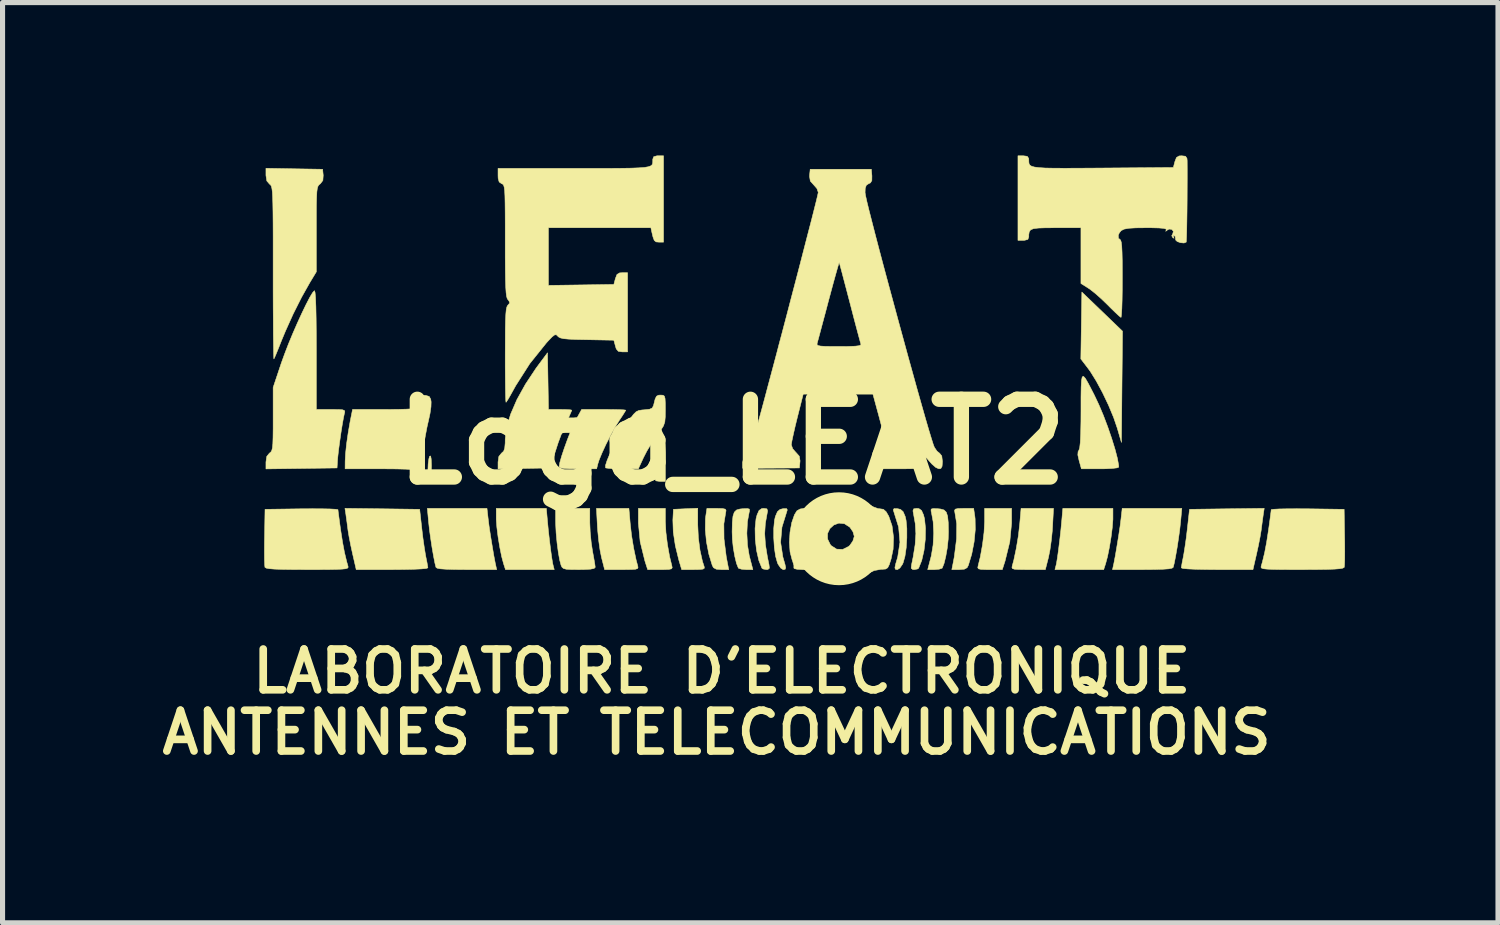
<source format=kicad_pcb>
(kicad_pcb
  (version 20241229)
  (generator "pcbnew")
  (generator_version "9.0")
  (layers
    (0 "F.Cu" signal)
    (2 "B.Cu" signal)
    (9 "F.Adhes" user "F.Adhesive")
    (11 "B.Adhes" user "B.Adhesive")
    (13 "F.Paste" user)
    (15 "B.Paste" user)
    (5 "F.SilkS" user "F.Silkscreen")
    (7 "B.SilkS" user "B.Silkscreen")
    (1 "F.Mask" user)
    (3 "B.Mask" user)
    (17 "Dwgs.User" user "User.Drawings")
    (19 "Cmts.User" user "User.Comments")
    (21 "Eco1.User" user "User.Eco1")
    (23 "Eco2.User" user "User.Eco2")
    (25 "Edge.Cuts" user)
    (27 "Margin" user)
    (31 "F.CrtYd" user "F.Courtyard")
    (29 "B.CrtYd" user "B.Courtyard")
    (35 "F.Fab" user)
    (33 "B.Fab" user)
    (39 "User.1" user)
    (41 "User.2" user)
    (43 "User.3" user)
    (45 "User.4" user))
  (footprint "Logo_LEAT2"
    (layer "F.Cu")
    (at 11.302 5.614)
    (property "Reference" "Logo_LEAT2" (at 0 0 0) (layer "F.SilkS") (effects (font (size 1.524 1.524) (thickness 0.3))))
    (attr through_hole)
    (fp_circle (center 2.1 1.9) (end 2.32 1.078) (stroke (width 0.12) (type solid)) (fill no) (layer "F.SilkS"))
    (fp_poly (pts (xy 7.659 -2.17) (xy 7.648 -1.079) (xy 7.638 0.012) (xy 7.557 -0.267) (xy 7.484 -0.48) (xy 7.384 -0.72) (xy 7.267 -0.965) (xy 7.144 -1.193) (xy 7.026 -1.383) (xy 6.985 -1.439) (xy 6.842 -1.626) (xy 6.852 -2.282) (xy 6.862 -2.937) (xy 7.659 -2.17)) (stroke (width 0.01) (type solid)) (fill yes) (layer "F.SilkS"))
    (fp_poly (pts (xy -5.897 0.335) (xy -5.892 0.459) (xy -5.892 0.483) (xy -5.896 0.61) (xy -5.908 0.708) (xy -5.925 0.757) (xy -5.927 0.758) (xy -5.947 0.739) (xy -5.959 0.657) (xy -5.961 0.558) (xy -5.956 0.432) (xy -5.942 0.331) (xy -5.927 0.282) (xy -5.908 0.277) (xy -5.897 0.335)) (stroke (width 0.01) (type solid)) (fill yes) (layer "F.SilkS"))
    (fp_poly (pts (xy -1.305 1.567) (xy -1.294 1.775) (xy -1.264 2.016) (xy -1.221 2.255) (xy -1.179 2.425) (xy -1.171 2.467) (xy -1.185 2.49) (xy -1.236 2.501) (xy -1.337 2.505) (xy -1.404 2.505) (xy -1.652 2.505) (xy -1.706 2.337) (xy -1.799 1.959) (xy -1.834 1.593) (xy -1.834 1.55) (xy -1.834 1.305) (xy -1.305 1.305) (xy -1.305 1.567)) (stroke (width 0.01) (type solid)) (fill yes) (layer "F.SilkS"))
    (fp_poly (pts (xy 4.955 1.567) (xy 4.944 1.775) (xy 4.914 2.016) (xy 4.871 2.255) (xy 4.829 2.425) (xy 4.821 2.467) (xy 4.835 2.49) (xy 4.886 2.501) (xy 4.987 2.505) (xy 5.054 2.505) (xy 5.302 2.505) (xy 5.356 2.337) (xy 5.449 1.959) (xy 5.484 1.593) (xy 5.484 1.55) (xy 5.484 1.305) (xy 4.955 1.305) (xy 4.955 1.567)) (stroke (width 0.01) (type solid)) (fill yes) (layer "F.SilkS"))
    (fp_poly (pts (xy -3.618 1.543) (xy -3.6 1.732) (xy -3.578 1.927) (xy -3.555 2.113) (xy -3.533 2.272) (xy -3.514 2.387) (xy -3.505 2.425) (xy -3.484 2.505) (xy -4.44 2.505) (xy -4.478 2.388) (xy -4.515 2.25) (xy -4.552 2.067) (xy -4.585 1.867) (xy -4.609 1.676) (xy -4.621 1.519) (xy -4.621 1.49) (xy -4.621 1.305) (xy -3.639 1.305) (xy -3.618 1.543)) (stroke (width 0.01) (type solid)) (fill yes) (layer "F.SilkS"))
    (fp_poly (pts (xy -0.67 1.63) (xy -0.658 1.88) (xy -0.626 2.126) (xy -0.578 2.343) (xy -0.545 2.443) (xy -0.54 2.476) (xy -0.565 2.495) (xy -0.634 2.503) (xy -0.753 2.505) (xy -0.985 2.505) (xy -1.04 2.321) (xy -1.109 2.039) (xy -1.15 1.768) (xy -1.158 1.531) (xy -1.157 1.517) (xy -1.147 1.323) (xy -0.908 1.312) (xy -0.67 1.302) (xy -0.67 1.63)) (stroke (width 0.01) (type solid)) (fill yes) (layer "F.SilkS"))
    (fp_poly (pts (xy 6.468 1.543) (xy 6.45 1.732) (xy 6.428 1.927) (xy 6.405 2.113) (xy 6.383 2.272) (xy 6.364 2.387) (xy 6.355 2.425) (xy 6.334 2.505) (xy 7.29 2.505) (xy 7.328 2.388) (xy 7.365 2.25) (xy 7.402 2.067) (xy 7.435 1.867) (xy 7.459 1.676) (xy 7.471 1.519) (xy 7.471 1.49) (xy 7.471 1.305) (xy 6.489 1.305) (xy 6.468 1.543)) (stroke (width 0.01) (type solid)) (fill yes) (layer "F.SilkS"))
    (fp_poly (pts (xy -1.995 1.596) (xy -1.968 1.837) (xy -1.926 2.09) (xy -1.877 2.322) (xy -1.849 2.425) (xy -1.841 2.462) (xy -1.851 2.485) (xy -1.892 2.498) (xy -1.975 2.503) (xy -2.113 2.505) (xy -2.161 2.505) (xy -2.496 2.505) (xy -2.557 2.267) (xy -2.586 2.122) (xy -2.612 1.938) (xy -2.631 1.746) (xy -2.637 1.667) (xy -2.656 1.305) (xy -2.02 1.305) (xy -1.995 1.596)) (stroke (width 0.01) (type solid)) (fill yes) (layer "F.SilkS"))
    (fp_poly (pts (xy 5.645 1.596) (xy 5.618 1.837) (xy 5.576 2.09) (xy 5.527 2.322) (xy 5.499 2.425) (xy 5.491 2.462) (xy 5.501 2.485) (xy 5.542 2.498) (xy 5.625 2.503) (xy 5.763 2.505) (xy 5.811 2.505) (xy 6.146 2.505) (xy 6.207 2.267) (xy 6.236 2.122) (xy 6.262 1.938) (xy 6.282 1.746) (xy 6.287 1.667) (xy 6.306 1.305) (xy 5.67 1.305) (xy 5.645 1.596)) (stroke (width 0.01) (type solid)) (fill yes) (layer "F.SilkS"))
    (fp_poly (pts (xy -1.324 -0.03) (xy -1.313 0.059) (xy -1.307 0.207) (xy -1.305 0.351) (xy -1.305 0.776) (xy -1.411 0.776) (xy -1.489 0.765) (xy -1.516 0.723) (xy -1.517 0.708) (xy -1.534 0.599) (xy -1.58 0.538) (xy -1.613 0.529) (xy -1.649 0.508) (xy -1.642 0.467) (xy -1.607 0.39) (xy -1.551 0.284) (xy -1.485 0.168) (xy -1.421 0.061) (xy -1.368 -0.02) (xy -1.34 -0.053) (xy -1.324 -0.03)) (stroke (width 0.01) (type solid)) (fill yes) (layer "F.SilkS"))
    (fp_poly (pts (xy -0.184 1.308) (xy -0.129 1.32) (xy -0.115 1.347) (xy -0.119 1.367) (xy -0.158 1.607) (xy -0.155 1.903) (xy -0.111 2.253) (xy -0.085 2.39) (xy -0.062 2.505) (xy -0.208 2.505) (xy -0.307 2.497) (xy -0.361 2.468) (xy -0.386 2.421) (xy -0.452 2.204) (xy -0.499 1.962) (xy -0.522 1.723) (xy -0.519 1.513) (xy -0.514 1.466) (xy -0.49 1.305) (xy -0.295 1.305) (xy -0.184 1.308)) (stroke (width 0.01) (type solid)) (fill yes) (layer "F.SilkS"))
    (fp_poly (pts (xy 4.434 1.308) (xy 4.379 1.32) (xy 4.365 1.347) (xy 4.369 1.367) (xy 4.408 1.607) (xy 4.405 1.903) (xy 4.361 2.253) (xy 4.335 2.39) (xy 4.312 2.505) (xy 4.458 2.505) (xy 4.557 2.497) (xy 4.611 2.468) (xy 4.636 2.421) (xy 4.702 2.204) (xy 4.749 1.962) (xy 4.772 1.723) (xy 4.769 1.513) (xy 4.764 1.466) (xy 4.74 1.305) (xy 4.545 1.305) (xy 4.434 1.308)) (stroke (width 0.01) (type solid)) (fill yes) (layer "F.SilkS"))
    (fp_poly (pts (xy 0.686 1.314) (xy 0.7 1.353) (xy 0.691 1.402) (xy 0.655 1.604) (xy 0.643 1.801) (xy 0.657 2.015) (xy 0.697 2.263) (xy 0.727 2.408) (xy 0.735 2.478) (xy 0.705 2.503) (xy 0.676 2.505) (xy 0.611 2.493) (xy 0.589 2.478) (xy 0.528 2.326) (xy 0.483 2.129) (xy 0.458 1.911) (xy 0.454 1.697) (xy 0.473 1.509) (xy 0.493 1.432) (xy 0.532 1.345) (xy 0.584 1.309) (xy 0.624 1.305) (xy 0.686 1.314)) (stroke (width 0.01) (type solid)) (fill yes) (layer "F.SilkS"))
    (fp_poly (pts (xy 3.564 1.314) (xy 3.55 1.353) (xy 3.559 1.402) (xy 3.595 1.604) (xy 3.607 1.801) (xy 3.593 2.015) (xy 3.553 2.263) (xy 3.523 2.408) (xy 3.515 2.478) (xy 3.545 2.503) (xy 3.574 2.505) (xy 3.639 2.493) (xy 3.661 2.478) (xy 3.722 2.326) (xy 3.767 2.129) (xy 3.792 1.911) (xy 3.796 1.697) (xy 3.777 1.509) (xy 3.757 1.432) (xy 3.718 1.345) (xy 3.666 1.309) (xy 3.626 1.305) (xy 3.564 1.314)) (stroke (width 0.01) (type solid)) (fill yes) (layer "F.SilkS"))
    (fp_poly (pts (xy -4.78 1.508) (xy -4.762 1.652) (xy -4.734 1.838) (xy -4.701 2.039) (xy -4.669 2.229) (xy -4.64 2.382) (xy -4.634 2.408) (xy -4.613 2.505) (xy -5.2 2.505) (xy -5.433 2.503) (xy -5.603 2.498) (xy -5.716 2.49) (xy -5.78 2.477) (xy -5.803 2.461) (xy -5.824 2.378) (xy -5.85 2.245) (xy -5.879 2.08) (xy -5.906 1.902) (xy -5.93 1.73) (xy -5.946 1.584) (xy -5.947 1.577) (xy -5.972 1.305) (xy -4.803 1.305) (xy -4.78 1.508)) (stroke (width 0.01) (type solid)) (fill yes) (layer "F.SilkS"))
    (fp_poly (pts (xy 7.63 1.508) (xy 7.612 1.652) (xy 7.584 1.838) (xy 7.551 2.039) (xy 7.519 2.229) (xy 7.49 2.382) (xy 7.484 2.408) (xy 7.463 2.505) (xy 8.05 2.505) (xy 8.283 2.503) (xy 8.453 2.498) (xy 8.566 2.49) (xy 8.63 2.477) (xy 8.653 2.461) (xy 8.674 2.378) (xy 8.7 2.245) (xy 8.729 2.08) (xy 8.756 1.902) (xy 8.78 1.73) (xy 8.796 1.584) (xy 8.797 1.577) (xy 8.822 1.305) (xy 7.653 1.305) (xy 7.63 1.508)) (stroke (width 0.01) (type solid)) (fill yes) (layer "F.SilkS"))
    (fp_poly (pts (xy 1.086 1.334) (xy 1.077 1.364) (xy 0.981 1.673) (xy 0.955 1.969) (xy 0.998 2.253) (xy 1.005 2.279) (xy 1.04 2.399) (xy 1.054 2.466) (xy 1.046 2.497) (xy 1.016 2.505) (xy 1.004 2.505) (xy 0.957 2.475) (xy 0.906 2.401) (xy 0.893 2.372) (xy 0.857 2.245) (xy 0.832 2.074) (xy 0.82 1.883) (xy 0.82 1.697) (xy 0.835 1.539) (xy 0.852 1.464) (xy 0.893 1.369) (xy 0.944 1.325) (xy 1.001 1.311) (xy 1.071 1.309) (xy 1.086 1.334)) (stroke (width 0.01) (type solid)) (fill yes) (layer "F.SilkS"))
    (fp_poly (pts (xy 3.164 1.334) (xy 3.173 1.364) (xy 3.269 1.673) (xy 3.295 1.969) (xy 3.252 2.253) (xy 3.245 2.279) (xy 3.21 2.399) (xy 3.196 2.466) (xy 3.204 2.497) (xy 3.234 2.505) (xy 3.246 2.505) (xy 3.293 2.475) (xy 3.344 2.401) (xy 3.357 2.372) (xy 3.393 2.245) (xy 3.418 2.074) (xy 3.43 1.883) (xy 3.43 1.697) (xy 3.415 1.539) (xy 3.398 1.464) (xy 3.357 1.369) (xy 3.306 1.325) (xy 3.249 1.311) (xy 3.179 1.309) (xy 3.164 1.334)) (stroke (width 0.01) (type solid)) (fill yes) (layer "F.SilkS"))
    (fp_poly (pts (xy -6.856 1.313) (xy -6.123 1.323) (xy -6.081 1.7) (xy -6.06 1.878) (xy -6.035 2.052) (xy -6.012 2.196) (xy -6.001 2.257) (xy -5.979 2.366) (xy -5.965 2.447) (xy -5.962 2.471) (xy -5.996 2.483) (xy -6.093 2.492) (xy -6.246 2.499) (xy -6.448 2.503) (xy -6.665 2.505) (xy -7.367 2.505) (xy -7.438 2.196) (xy -7.474 2.031) (xy -7.506 1.868) (xy -7.528 1.736) (xy -7.531 1.711) (xy -7.548 1.58) (xy -7.565 1.457) (xy -7.57 1.419) (xy -7.588 1.304) (xy -6.856 1.313)) (stroke (width 0.01) (type solid)) (fill yes) (layer "F.SilkS"))
    (fp_poly (pts (xy -2.787 1.584) (xy -2.779 1.769) (xy -2.759 1.975) (xy -2.734 2.14) (xy -2.709 2.276) (xy -2.69 2.387) (xy -2.681 2.454) (xy -2.681 2.461) (xy -2.704 2.483) (xy -2.777 2.497) (xy -2.908 2.504) (xy -2.999 2.505) (xy -3.151 2.504) (xy -3.247 2.498) (xy -3.302 2.484) (xy -3.332 2.458) (xy -3.35 2.421) (xy -3.378 2.316) (xy -3.405 2.162) (xy -3.429 1.979) (xy -3.447 1.788) (xy -3.456 1.609) (xy -3.457 1.55) (xy -3.457 1.305) (xy -2.787 1.305) (xy -2.787 1.584)) (stroke (width 0.01) (type solid)) (fill yes) (layer "F.SilkS"))
    (fp_poly (pts (xy 0.343 1.319) (xy 0.345 1.356) (xy 0.338 1.382) (xy 0.304 1.568) (xy 0.293 1.792) (xy 0.305 2.023) (xy 0.34 2.233) (xy 0.344 2.249) (xy 0.411 2.505) (xy 0.278 2.505) (xy 0.187 2.497) (xy 0.131 2.479) (xy 0.126 2.474) (xy 0.09 2.384) (xy 0.056 2.245) (xy 0.027 2.08) (xy 0.009 1.909) (xy 0.004 1.765) (xy 0.008 1.582) (xy 0.021 1.457) (xy 0.047 1.379) (xy 0.091 1.336) (xy 0.158 1.317) (xy 0.209 1.312) (xy 0.303 1.308) (xy 0.343 1.319)) (stroke (width 0.01) (type solid)) (fill yes) (layer "F.SilkS"))
    (fp_poly (pts (xy 3.907 1.319) (xy 3.905 1.356) (xy 3.912 1.382) (xy 3.946 1.568) (xy 3.957 1.792) (xy 3.945 2.023) (xy 3.91 2.233) (xy 3.906 2.249) (xy 3.839 2.505) (xy 3.972 2.505) (xy 4.063 2.497) (xy 4.119 2.479) (xy 4.124 2.474) (xy 4.16 2.384) (xy 4.194 2.245) (xy 4.223 2.08) (xy 4.241 1.909) (xy 4.246 1.765) (xy 4.242 1.582) (xy 4.229 1.457) (xy 4.203 1.379) (xy 4.159 1.336) (xy 4.092 1.317) (xy 4.041 1.312) (xy 3.947 1.308) (xy 3.907 1.319)) (stroke (width 0.01) (type solid)) (fill yes) (layer "F.SilkS"))
    (fp_poly (pts (xy 9.706 1.313) (xy 8.973 1.323) (xy 8.931 1.7) (xy 8.91 1.878) (xy 8.885 2.052) (xy 8.862 2.196) (xy 8.851 2.257) (xy 8.829 2.366) (xy 8.815 2.447) (xy 8.812 2.471) (xy 8.846 2.483) (xy 8.943 2.492) (xy 9.096 2.499) (xy 9.298 2.503) (xy 9.515 2.505) (xy 10.217 2.505) (xy 10.288 2.196) (xy 10.324 2.031) (xy 10.356 1.868) (xy 10.378 1.736) (xy 10.381 1.711) (xy 10.398 1.58) (xy 10.415 1.457) (xy 10.42 1.419) (xy 10.438 1.304) (xy 9.706 1.313)) (stroke (width 0.01) (type solid)) (fill yes) (layer "F.SilkS"))
    (fp_poly (pts (xy -2.349 -0.634) (xy -2.213 -0.631) (xy -2.119 -0.627) (xy -2.082 -0.621) (xy -2.081 -0.621) (xy -2.1 -0.587) (xy -2.148 -0.511) (xy -2.21 -0.418) (xy -2.29 -0.289) (xy -2.379 -0.128) (xy -2.468 0.046) (xy -2.546 0.214) (xy -2.604 0.355) (xy -2.629 0.432) (xy -2.653 0.529) (xy -3.02 0.529) (xy -3.19 0.527) (xy -3.301 0.521) (xy -3.362 0.508) (xy -3.386 0.487) (xy -3.387 0.479) (xy -3.374 0.404) (xy -3.339 0.281) (xy -3.288 0.128) (xy -3.228 -0.038) (xy -3.165 -0.2) (xy -3.104 -0.341) (xy -3.06 -0.429) (xy -2.947 -0.635) (xy -2.514 -0.635) (xy -2.349 -0.634)) (stroke (width 0.01) (type solid)) (fill yes) (layer "F.SilkS"))
    (fp_poly (pts (xy -3.597 -0.635) (xy -3.368 -0.635) (xy -3.252 -0.633) (xy -3.169 -0.628) (xy -3.14 -0.621) (xy -3.154 -0.585) (xy -3.191 -0.501) (xy -3.244 -0.386) (xy -3.262 -0.348) (xy -3.333 -0.181) (xy -3.406 0.014) (xy -3.465 0.197) (xy -3.47 0.212) (xy -3.555 0.512) (xy -4.071 0.521) (xy -4.586 0.531) (xy -4.586 0.397) (xy -4.57 0.286) (xy -4.518 0.222) (xy -4.516 0.22) (xy -4.476 0.184) (xy -4.455 0.124) (xy -4.446 0.024) (xy -4.445 -0.055) (xy -4.418 -0.281) (xy -4.34 -0.541) (xy -4.216 -0.828) (xy -4.048 -1.131) (xy -3.842 -1.442) (xy -3.786 -1.518) (xy -3.616 -1.746) (xy -3.597 -0.635)) (stroke (width 0.01) (type solid)) (fill yes) (layer "F.SilkS"))
    (fp_poly (pts (xy 6.931 -1.244) (xy 6.985 -1.151) (xy 7.058 -1.011) (xy 7.106 -0.917) (xy 7.194 -0.731) (xy 7.284 -0.518) (xy 7.37 -0.291) (xy 7.447 -0.066) (xy 7.512 0.144) (xy 7.559 0.324) (xy 7.583 0.459) (xy 7.585 0.496) (xy 7.552 0.51) (xy 7.462 0.521) (xy 7.33 0.528) (xy 7.219 0.529) (xy 6.853 0.529) (xy 6.808 0.368) (xy 6.783 0.257) (xy 6.788 0.191) (xy 6.803 0.167) (xy 6.819 0.12) (xy 6.831 0.012) (xy 6.839 -0.159) (xy 6.844 -0.397) (xy 6.845 -0.616) (xy 6.845 -0.878) (xy 6.848 -1.072) (xy 6.855 -1.203) (xy 6.869 -1.273) (xy 6.894 -1.285) (xy 6.931 -1.244)) (stroke (width 0.01) (type solid)) (fill yes) (layer "F.SilkS"))
    (fp_poly (pts (xy -8.035 1.313) (xy -7.881 1.316) (xy -7.775 1.322) (xy -7.727 1.329) (xy -7.725 1.331) (xy -7.72 1.375) (xy -7.707 1.474) (xy -7.689 1.61) (xy -7.673 1.724) (xy -7.635 1.969) (xy -7.597 2.17) (xy -7.553 2.352) (xy -7.527 2.443) (xy -7.526 2.463) (xy -7.54 2.478) (xy -7.577 2.489) (xy -7.646 2.496) (xy -7.754 2.501) (xy -7.911 2.504) (xy -8.124 2.505) (xy -8.324 2.505) (xy -8.598 2.504) (xy -8.808 2.501) (xy -8.962 2.496) (xy -9.066 2.488) (xy -9.128 2.477) (xy -9.155 2.462) (xy -9.157 2.459) (xy -9.162 2.409) (xy -9.166 2.303) (xy -9.167 2.152) (xy -9.166 1.971) (xy -9.164 1.868) (xy -9.155 1.323) (xy -8.44 1.313) (xy -8.224 1.312) (xy -8.035 1.313)) (stroke (width 0.01) (type solid)) (fill yes) (layer "F.SilkS"))
    (fp_poly (pts (xy 10.885 1.313) (xy 10.731 1.316) (xy 10.625 1.322) (xy 10.577 1.329) (xy 10.575 1.331) (xy 10.57 1.375) (xy 10.557 1.474) (xy 10.539 1.61) (xy 10.523 1.724) (xy 10.485 1.969) (xy 10.447 2.17) (xy 10.403 2.352) (xy 10.377 2.443) (xy 10.376 2.463) (xy 10.39 2.478) (xy 10.427 2.489) (xy 10.496 2.496) (xy 10.604 2.501) (xy 10.761 2.504) (xy 10.974 2.505) (xy 11.174 2.505) (xy 11.448 2.504) (xy 11.658 2.501) (xy 11.812 2.496) (xy 11.916 2.488) (xy 11.978 2.477) (xy 12.005 2.462) (xy 12.007 2.459) (xy 12.012 2.409) (xy 12.016 2.303) (xy 12.017 2.152) (xy 12.016 1.971) (xy 12.014 1.868) (xy 12.005 1.323) (xy 11.29 1.313) (xy 11.074 1.312) (xy 10.885 1.313)) (stroke (width 0.01) (type solid)) (fill yes) (layer "F.SilkS"))
    (fp_poly (pts (xy -6.005 -0.911) (xy -5.936 -0.89) (xy -5.906 -0.836) (xy -5.898 -0.783) (xy -5.901 -0.687) (xy -5.92 -0.555) (xy -5.947 -0.43) (xy -5.978 -0.294) (xy -6.012 -0.115) (xy -6.046 0.081) (xy -6.066 0.21) (xy -6.091 0.364) (xy -6.116 0.483) (xy -6.137 0.557) (xy -6.151 0.572) (xy -6.184 0.556) (xy -6.262 0.544) (xy -6.392 0.536) (xy -6.58 0.531) (xy -6.831 0.529) (xy -6.881 0.529) (xy -7.585 0.529) (xy -7.584 0.379) (xy -7.576 0.233) (xy -7.556 0.041) (xy -7.525 -0.174) (xy -7.488 -0.389) (xy -7.476 -0.45) (xy -7.439 -0.635) (xy -6.805 -0.635) (xy -6.563 -0.636) (xy -6.385 -0.641) (xy -6.263 -0.648) (xy -6.19 -0.66) (xy -6.159 -0.676) (xy -6.158 -0.679) (xy -6.14 -0.745) (xy -6.122 -0.822) (xy -6.095 -0.893) (xy -6.041 -0.913) (xy -6.005 -0.911)) (stroke (width 0.01) (type solid)) (fill yes) (layer "F.SilkS"))
    (fp_poly (pts (xy -1.351 -0.914) (xy -1.324 -0.896) (xy -1.311 -0.849) (xy -1.306 -0.758) (xy -1.305 -0.631) (xy -1.307 -0.488) (xy -1.316 -0.39) (xy -1.342 -0.313) (xy -1.393 -0.231) (xy -1.469 -0.128) (xy -1.569 0.016) (xy -1.667 0.179) (xy -1.734 0.309) (xy -1.835 0.529) (xy -2.146 0.529) (xy -2.288 0.527) (xy -2.401 0.521) (xy -2.467 0.513) (xy -2.478 0.509) (xy -2.479 0.463) (xy -2.449 0.369) (xy -2.396 0.241) (xy -2.324 0.092) (xy -2.241 -0.065) (xy -2.152 -0.218) (xy -2.088 -0.318) (xy -1.996 -0.452) (xy -1.93 -0.539) (xy -1.878 -0.59) (xy -1.826 -0.615) (xy -1.762 -0.625) (xy -1.719 -0.628) (xy -1.616 -0.639) (xy -1.562 -0.664) (xy -1.537 -0.713) (xy -1.532 -0.734) (xy -1.505 -0.841) (xy -1.478 -0.895) (xy -1.438 -0.915) (xy -1.395 -0.917) (xy -1.351 -0.914)) (stroke (width 0.01) (type solid)) (fill yes) (layer "F.SilkS"))
    (fp_poly (pts (xy -8.174 -2.928) (xy -8.165 -2.825) (xy -8.158 -2.654) (xy -8.153 -2.419) (xy -8.15 -2.12) (xy -8.149 -1.799) (xy -8.149 -0.635) (xy -7.863 -0.635) (xy -7.722 -0.634) (xy -7.638 -0.629) (xy -7.599 -0.615) (xy -7.591 -0.589) (xy -7.599 -0.556) (xy -7.617 -0.471) (xy -7.641 -0.336) (xy -7.667 -0.172) (xy -7.692 0.003) (xy -7.714 0.168) (xy -7.729 0.303) (xy -7.733 0.353) (xy -7.743 0.512) (xy -9.137 0.531) (xy -9.137 0.397) (xy -9.121 0.286) (xy -9.069 0.222) (xy -9.066 0.22) (xy -9.041 0.2) (xy -9.023 0.17) (xy -9.01 0.118) (xy -9.002 0.036) (xy -8.998 -0.088) (xy -8.996 -0.263) (xy -8.996 -0.445) (xy -8.996 -1.066) (xy -8.835 -1.547) (xy -8.771 -1.724) (xy -8.695 -1.921) (xy -8.61 -2.126) (xy -8.521 -2.33) (xy -8.433 -2.522) (xy -8.351 -2.692) (xy -8.28 -2.829) (xy -8.224 -2.923) (xy -8.188 -2.963) (xy -8.185 -2.963) (xy -8.174 -2.928)) (stroke (width 0.01) (type solid)) (fill yes) (layer "F.SilkS"))
    (fp_poly (pts (xy -8.581 -5.354) (xy -8.026 -5.345) (xy -8.014 -5.226) (xy -8.021 -5.126) (xy -8.07 -5.061) (xy -8.076 -5.057) (xy -8.099 -5.038) (xy -8.117 -5.011) (xy -8.13 -4.969) (xy -8.139 -4.901) (xy -8.144 -4.8) (xy -8.148 -4.655) (xy -8.149 -4.459) (xy -8.149 -4.201) (xy -8.149 -4.17) (xy -8.149 -3.334) (xy -8.276 -3.124) (xy -8.438 -2.836) (xy -8.603 -2.508) (xy -8.755 -2.171) (xy -8.836 -1.976) (xy -8.892 -1.834) (xy -8.939 -1.719) (xy -8.971 -1.645) (xy -8.982 -1.626) (xy -8.984 -1.657) (xy -8.987 -1.752) (xy -8.989 -1.904) (xy -8.992 -2.106) (xy -8.993 -2.352) (xy -8.995 -2.635) (xy -8.996 -2.949) (xy -8.996 -3.285) (xy -8.996 -3.31) (xy -8.996 -3.7) (xy -8.996 -4.025) (xy -8.997 -4.292) (xy -8.999 -4.507) (xy -9.002 -4.675) (xy -9.006 -4.802) (xy -9.011 -4.896) (xy -9.019 -4.96) (xy -9.028 -5.003) (xy -9.04 -5.029) (xy -9.054 -5.044) (xy -9.066 -5.053) (xy -9.12 -5.116) (xy -9.137 -5.225) (xy -9.137 -5.23) (xy -9.137 -5.364) (xy -8.581 -5.354)) (stroke (width 0.01) (type solid)) (fill yes) (layer "F.SilkS"))
    (fp_poly (pts (xy 2.32 1.078) (xy 2.422 1.088) (xy 2.5 1.113) (xy 2.578 1.157) (xy 2.634 1.196) (xy 2.757 1.269) (xy 2.864 1.309) (xy 2.902 1.313) (xy 2.97 1.323) (xy 3.023 1.369) (xy 3.075 1.458) (xy 3.14 1.647) (xy 3.169 1.871) (xy 3.161 2.105) (xy 3.122 2.293) (xy 3.086 2.407) (xy 3.055 2.469) (xy 3.014 2.494) (xy 2.949 2.499) (xy 2.93 2.498) (xy 2.793 2.523) (xy 2.626 2.595) (xy 2.601 2.609) (xy 2.388 2.7) (xy 2.171 2.74) (xy 1.971 2.726) (xy 1.901 2.705) (xy 1.782 2.65) (xy 1.669 2.583) (xy 1.666 2.581) (xy 1.549 2.524) (xy 1.396 2.505) (xy 1.377 2.505) (xy 1.279 2.499) (xy 1.222 2.485) (xy 1.215 2.473) (xy 1.215 2.423) (xy 1.19 2.338) (xy 1.18 2.312) (xy 1.14 2.158) (xy 1.127 1.972) (xy 1.131 1.904) (xy 1.875 1.904) (xy 1.929 2.014) (xy 1.946 2.035) (xy 2.053 2.104) (xy 2.173 2.109) (xy 2.289 2.051) (xy 2.312 2.03) (xy 2.372 1.944) (xy 2.399 1.855) (xy 2.399 1.852) (xy 2.374 1.764) (xy 2.315 1.677) (xy 2.312 1.674) (xy 2.206 1.605) (xy 2.097 1.594) (xy 1.999 1.63) (xy 1.921 1.701) (xy 1.876 1.796) (xy 1.875 1.904) (xy 1.131 1.904) (xy 1.139 1.773) (xy 1.173 1.585) (xy 1.227 1.429) (xy 1.275 1.352) (xy 1.337 1.317) (xy 1.413 1.305) (xy 1.497 1.287) (xy 1.609 1.239) (xy 1.697 1.191) (xy 1.796 1.133) (xy 1.88 1.098) (xy 1.975 1.082) (xy 2.104 1.076) (xy 2.172 1.076) (xy 2.32 1.078)) (stroke (width 0.01) (type solid)) (fill yes) (layer "F.SilkS"))
    (fp_poly (pts (xy -1.341 -3.916) (xy -1.43 -3.916) (xy -1.487 -3.921) (xy -1.523 -3.95) (xy -1.548 -4.018) (xy -1.568 -4.101) (xy -1.589 -4.198) (xy -3.598 -4.198) (xy -3.598 -3.068) (xy -2.957 -3.077) (xy -2.315 -3.087) (xy -2.285 -3.201) (xy -2.254 -3.282) (xy -2.202 -3.313) (xy -2.151 -3.316) (xy -2.046 -3.316) (xy -2.046 -1.764) (xy -2.151 -1.764) (xy -2.227 -1.775) (xy -2.268 -1.823) (xy -2.285 -1.879) (xy -2.315 -1.993) (xy -2.842 -2.003) (xy -3.05 -2.007) (xy -3.199 -2.014) (xy -3.3 -2.023) (xy -3.363 -2.038) (xy -3.401 -2.058) (xy -3.416 -2.073) (xy -3.444 -2.1) (xy -3.477 -2.097) (xy -3.527 -2.058) (xy -3.607 -1.974) (xy -3.638 -1.94) (xy -3.963 -1.535) (xy -4.241 -1.099) (xy -4.272 -1.043) (xy -4.339 -0.922) (xy -4.392 -0.83) (xy -4.425 -0.781) (xy -4.43 -0.776) (xy -4.434 -0.81) (xy -4.438 -0.905) (xy -4.441 -1.052) (xy -4.443 -1.242) (xy -4.445 -1.466) (xy -4.445 -1.707) (xy -4.444 -1.993) (xy -4.443 -2.217) (xy -4.439 -2.386) (xy -4.433 -2.509) (xy -4.425 -2.592) (xy -4.413 -2.645) (xy -4.398 -2.675) (xy -4.391 -2.682) (xy -4.356 -2.723) (xy -4.373 -2.765) (xy -4.391 -2.786) (xy -4.407 -2.812) (xy -4.419 -2.856) (xy -4.428 -2.926) (xy -4.435 -3.03) (xy -4.44 -3.175) (xy -4.443 -3.367) (xy -4.445 -3.615) (xy -4.445 -3.926) (xy -4.445 -3.943) (xy -4.445 -4.25) (xy -4.446 -4.494) (xy -4.448 -4.682) (xy -4.451 -4.822) (xy -4.456 -4.921) (xy -4.464 -4.987) (xy -4.475 -5.027) (xy -4.489 -5.049) (xy -4.508 -5.06) (xy -4.516 -5.062) (xy -4.564 -5.096) (xy -4.584 -5.167) (xy -4.586 -5.223) (xy -4.586 -5.362) (xy -3.091 -5.362) (xy -2.721 -5.362) (xy -2.416 -5.362) (xy -2.169 -5.364) (xy -1.974 -5.367) (xy -1.825 -5.373) (xy -1.716 -5.381) (xy -1.64 -5.394) (xy -1.592 -5.411) (xy -1.565 -5.434) (xy -1.554 -5.463) (xy -1.552 -5.499) (xy -1.552 -5.541) (xy -1.534 -5.591) (xy -1.469 -5.609) (xy -1.446 -5.609) (xy -1.341 -5.609) (xy -1.341 -3.916)) (stroke (width 0.01) (type solid)) (fill yes) (layer "F.SilkS"))
    (fp_poly (pts (xy 5.791 -5.599) (xy 5.819 -5.558) (xy 5.821 -5.53) (xy 5.822 -5.487) (xy 5.827 -5.453) (xy 5.843 -5.425) (xy 5.877 -5.404) (xy 5.934 -5.388) (xy 6.022 -5.377) (xy 6.145 -5.369) (xy 6.312 -5.366) (xy 6.528 -5.365) (xy 6.8 -5.366) (xy 7.133 -5.368) (xy 7.268 -5.369) (xy 8.656 -5.38) (xy 8.686 -5.495) (xy 8.717 -5.575) (xy 8.769 -5.606) (xy 8.82 -5.609) (xy 8.895 -5.6) (xy 8.923 -5.558) (xy 8.927 -5.512) (xy 8.928 -5.351) (xy 8.928 -5.159) (xy 8.927 -4.948) (xy 8.926 -4.729) (xy 8.924 -4.515) (xy 8.921 -4.317) (xy 8.918 -4.147) (xy 8.914 -4.016) (xy 8.91 -3.936) (xy 8.908 -3.916) (xy 8.865 -3.899) (xy 8.797 -3.905) (xy 8.732 -3.928) (xy 8.7 -3.959) (xy 8.701 -3.969) (xy 8.692 -4.025) (xy 8.675 -4.041) (xy 8.649 -4.048) (xy 8.661 -4.022) (xy 8.67 -3.992) (xy 8.647 -4.002) (xy 8.624 -4.041) (xy 8.642 -4.073) (xy 8.657 -4.127) (xy 8.625 -4.167) (xy 8.571 -4.172) (xy 8.538 -4.153) (xy 8.506 -4.128) (xy 8.516 -4.154) (xy 8.516 -4.154) (xy 8.512 -4.173) (xy 8.467 -4.186) (xy 8.373 -4.194) (xy 8.221 -4.198) (xy 8.113 -4.198) (xy 7.918 -4.196) (xy 7.781 -4.188) (xy 7.69 -4.171) (xy 7.632 -4.141) (xy 7.596 -4.096) (xy 7.576 -4.051) (xy 7.58 -3.991) (xy 7.605 -3.973) (xy 7.622 -3.955) (xy 7.635 -3.913) (xy 7.644 -3.837) (xy 7.65 -3.718) (xy 7.654 -3.55) (xy 7.655 -3.324) (xy 7.655 -3.194) (xy 7.654 -2.971) (xy 7.651 -2.775) (xy 7.646 -2.615) (xy 7.639 -2.502) (xy 7.632 -2.445) (xy 7.629 -2.44) (xy 7.594 -2.466) (xy 7.523 -2.532) (xy 7.427 -2.625) (xy 7.37 -2.683) (xy 7.248 -2.801) (xy 7.124 -2.911) (xy 7.02 -2.993) (xy 6.991 -3.012) (xy 6.844 -3.105) (xy 6.844 -4.198) (xy 6.354 -4.198) (xy 6.15 -4.197) (xy 6.006 -4.192) (xy 5.911 -4.18) (xy 5.856 -4.156) (xy 5.83 -4.118) (xy 5.821 -4.061) (xy 5.821 -4.019) (xy 5.803 -3.969) (xy 5.738 -3.952) (xy 5.715 -3.951) (xy 5.609 -3.951) (xy 5.609 -5.609) (xy 5.715 -5.609) (xy 5.791 -5.599)) (stroke (width 0.01) (type solid)) (fill yes) (layer "F.SilkS"))
    (fp_poly (pts (xy 2.745 -5.215) (xy 2.744 -5.124) (xy 2.716 -5.078) (xy 2.683 -5.063) (xy 2.636 -5.033) (xy 2.614 -4.971) (xy 2.611 -4.887) (xy 2.62 -4.831) (xy 2.646 -4.713) (xy 2.688 -4.541) (xy 2.744 -4.322) (xy 2.811 -4.061) (xy 2.888 -3.767) (xy 2.973 -3.446) (xy 3.065 -3.104) (xy 3.161 -2.749) (xy 3.259 -2.387) (xy 3.358 -2.025) (xy 3.455 -1.67) (xy 3.55 -1.328) (xy 3.639 -1.007) (xy 3.722 -0.714) (xy 3.796 -0.454) (xy 3.86 -0.235) (xy 3.912 -0.064) (xy 3.949 0.053) (xy 3.97 0.107) (xy 4.022 0.183) (xy 4.073 0.224) (xy 4.115 0.276) (xy 4.128 0.387) (xy 4.121 0.48) (xy 4.097 0.522) (xy 4.06 0.529) (xy 3.999 0.503) (xy 3.923 0.437) (xy 3.888 0.398) (xy 3.821 0.321) (xy 3.777 0.293) (xy 3.737 0.305) (xy 3.725 0.315) (xy 3.686 0.358) (xy 3.703 0.401) (xy 3.721 0.422) (xy 3.764 0.479) (xy 3.775 0.505) (xy 3.742 0.514) (xy 3.651 0.522) (xy 3.516 0.527) (xy 3.35 0.529) (xy 3.316 0.529) (xy 2.857 0.529) (xy 2.857 0.396) (xy 2.881 0.266) (xy 2.928 0.202) (xy 2.969 0.153) (xy 2.99 0.085) (xy 2.991 -0.011) (xy 2.97 -0.147) (xy 2.928 -0.331) (xy 2.88 -0.512) (xy 2.765 -0.935) (xy 1.398 -0.935) (xy 1.282 -0.476) (xy 1.239 -0.3) (xy 1.203 -0.142) (xy 1.177 -0.02) (xy 1.165 0.053) (xy 1.165 0.059) (xy 1.191 0.134) (xy 1.254 0.207) (xy 1.255 0.207) (xy 1.321 0.281) (xy 1.336 0.373) (xy 1.334 0.395) (xy 1.323 0.512) (xy 0.212 0.519) (xy 0.212 0.397) (xy 0.245 0.254) (xy 0.298 0.172) (xy 0.36 0.076) (xy 0.418 -0.051) (xy 0.44 -0.116) (xy 0.47 -0.22) (xy 0.514 -0.38) (xy 0.571 -0.587) (xy 0.638 -0.835) (xy 0.713 -1.118) (xy 0.796 -1.428) (xy 0.884 -1.759) (xy 0.922 -1.906) (xy 1.669 -1.906) (xy 1.688 -1.889) (xy 1.738 -1.878) (xy 1.831 -1.872) (xy 1.977 -1.87) (xy 2.1 -1.87) (xy 2.289 -1.871) (xy 2.417 -1.876) (xy 2.493 -1.885) (xy 2.527 -1.899) (xy 2.529 -1.918) (xy 2.515 -1.965) (xy 2.487 -2.069) (xy 2.446 -2.222) (xy 2.396 -2.411) (xy 2.34 -2.627) (xy 2.311 -2.738) (xy 2.253 -2.96) (xy 2.201 -3.157) (xy 2.158 -3.321) (xy 2.126 -3.441) (xy 2.107 -3.507) (xy 2.104 -3.517) (xy 2.093 -3.487) (xy 2.067 -3.398) (xy 2.028 -3.26) (xy 1.979 -3.082) (xy 1.923 -2.874) (xy 1.892 -2.759) (xy 1.833 -2.534) (xy 1.778 -2.33) (xy 1.732 -2.157) (xy 1.697 -2.026) (xy 1.675 -1.947) (xy 1.671 -1.931) (xy 1.669 -1.906) (xy 0.922 -1.906) (xy 0.975 -2.104) (xy 1.068 -2.457) (xy 1.16 -2.81) (xy 1.251 -3.156) (xy 1.338 -3.49) (xy 1.419 -3.804) (xy 1.493 -4.091) (xy 1.559 -4.344) (xy 1.613 -4.558) (xy 1.655 -4.725) (xy 1.682 -4.838) (xy 1.693 -4.89) (xy 1.693 -4.892) (xy 1.667 -4.967) (xy 1.603 -5.04) (xy 1.603 -5.04) (xy 1.537 -5.114) (xy 1.522 -5.206) (xy 1.523 -5.228) (xy 1.535 -5.345) (xy 2.734 -5.345) (xy 2.745 -5.215)) (stroke (width 0.01) (type solid)) (fill yes) (layer "F.SilkS"))
    (fp_text user "LABORATOIRE D'ELECTRONIQUE" (at -0.2 4.5 0) (layer "F.SilkS") (effects (font (size 0.8 0.8) (thickness 0.15))))
    (fp_text user "ANTENNES ET TELECOMMUNICATIONS" (at -0.3 5.7 0) (layer "F.SilkS") (effects (font (size 0.8 0.8) (thickness 0.15)))))
  (gr_rect
    (start -3 -3)
    (end 26.324 15.045)
    (stroke (width 0.1) (type default))
    (fill no)
    (layer "Edge.Cuts")))
</source>
